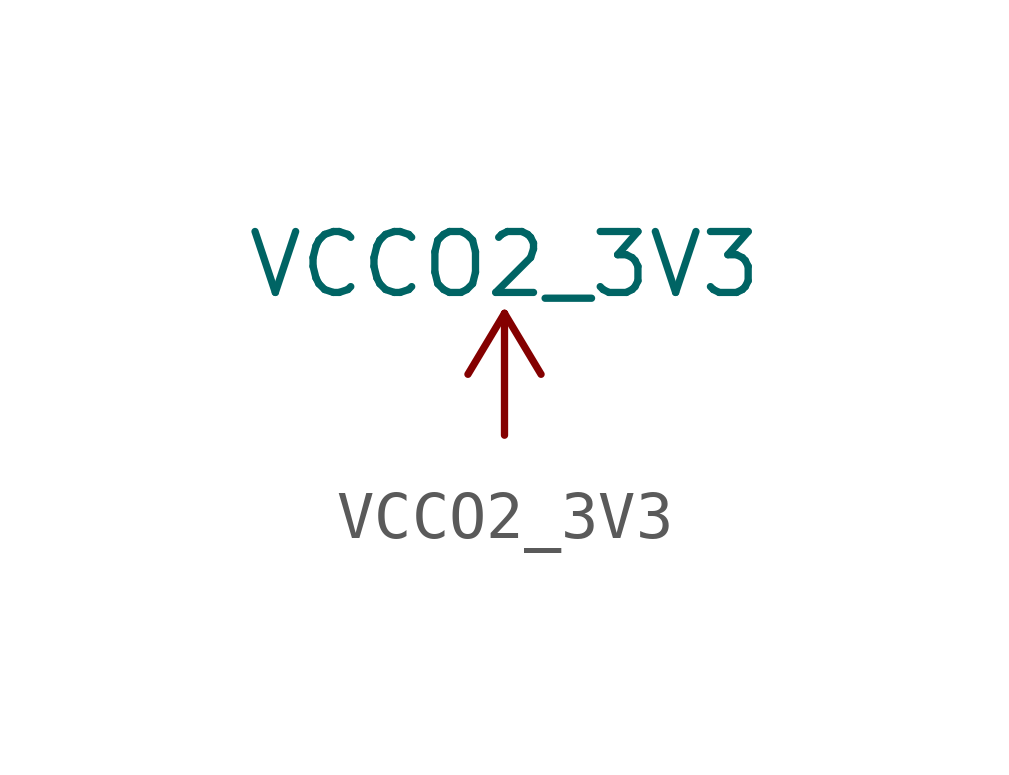
<source format=kicad_sym>
(kicad_symbol_lib
  (version 20211014)
  (generator kicad_symbol_editor)
  (symbol "VCCO2_3V3"
    (power)
    (pin_names
      (offset 0))
    (property "Reference" "#PWR"
      (at 0 -3.81 0)
      (effects (font (size 1.27 1.27)) hide))
    (property "Value" "VCCO2_3V3"
      (at 0 3.556 0)
      (effects (font (size 1.27 1.27))))
    (symbol "VCCO2_3V3_0_1"
      (polyline (pts (xy -0.762 1.27) (xy 0 2.54)) (stroke (width 0) (type default) (color 0 0 0 0)) (fill (type none)))
      (polyline (pts (xy 0 0) (xy 0 2.54)) (stroke (width 0) (type default) (color 0 0 0 0)) (fill (type none)))
      (polyline (pts (xy 0 2.54) (xy 0.762 1.27)) (stroke (width 0) (type default) (color 0 0 0 0)) (fill (type none))))
    (symbol "VCCO2_3V3_1_1"
      (pin power_in line (at 0 0 90) (length 0) hide (name "VCCO2_3V3" (effects (font (size 1.27 1.27)))) (number "1" (effects (font (size 1.27 1.27))))))))
</source>
